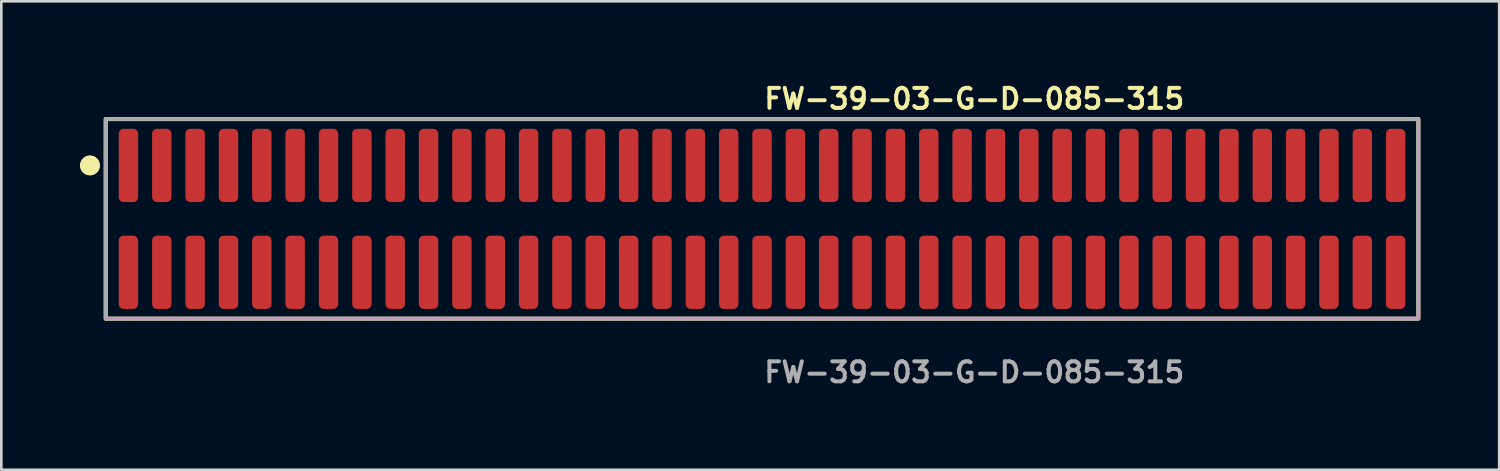
<source format=kicad_pcb>
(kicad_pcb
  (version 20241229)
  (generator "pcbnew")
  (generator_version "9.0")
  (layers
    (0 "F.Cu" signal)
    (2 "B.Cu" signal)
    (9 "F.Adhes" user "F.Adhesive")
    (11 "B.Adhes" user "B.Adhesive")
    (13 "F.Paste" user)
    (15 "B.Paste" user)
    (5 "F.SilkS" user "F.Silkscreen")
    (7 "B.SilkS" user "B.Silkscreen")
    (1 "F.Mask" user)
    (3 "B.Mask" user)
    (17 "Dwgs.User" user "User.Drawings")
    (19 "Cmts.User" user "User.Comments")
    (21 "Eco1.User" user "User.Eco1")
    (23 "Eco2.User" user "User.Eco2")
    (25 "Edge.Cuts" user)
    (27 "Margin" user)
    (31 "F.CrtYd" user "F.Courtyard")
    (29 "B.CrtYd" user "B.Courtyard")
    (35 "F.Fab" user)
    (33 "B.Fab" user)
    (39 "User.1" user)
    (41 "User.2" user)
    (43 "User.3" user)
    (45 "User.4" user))
  (footprint "FW-39-03-G-D-085-315"
    (layer "F.Cu")
    (at 25.971 5.285)
    (property "Reference" "FW-39-03-G-D-085-315" (at 0 -4.572 0) (unlocked yes) (layer "F.SilkS") (effects (font (size 0.762 0.762) (thickness 0.152)) (justify left)))
    (fp_rect (start -24.995 3.8) (end 24.995 -3.8) (stroke (width 0.152) (type solid)) (fill no) (layer "F.SilkS"))
    (fp_circle (center -25.595 -2.035) (end -25.895 -2.035) (stroke (width 0.152) (type solid)) (fill yes) (layer "F.SilkS"))
    (fp_circle (center -25.595 -2.035) (end -25.895 -2.035) (stroke (width 0.152) (type solid)) (fill yes) (layer "F.SilkS"))
    (fp_rect (start -24.995 3.8) (end 24.995 -3.8) (stroke (width 0.006) (type solid)) (fill no) (layer "F.CrtYd"))
    (fp_rect (start -24.995 3.8) (end 24.995 -3.8) (stroke (width 0.152) (type solid)) (fill no) (layer "F.Fab"))
    (fp_text user "${REFERENCE}" (at 0 5.842 0) (unlocked yes) (layer "F.Fab") (effects (font (size 0.762 0.762) (thickness 0.152)) (justify left)))
    (pad "1" smd roundrect (at -24.13 -2.035) (size 0.74 2.79) (layers "F.Cu" "F.Paste") (roundrect_rratio 0.25))
    (pad "2" smd roundrect (at -24.13 2.035) (size 0.74 2.79) (layers "F.Cu" "F.Paste") (roundrect_rratio 0.25))
    (pad "3" smd roundrect (at -22.86 -2.035) (size 0.74 2.79) (layers "F.Cu" "F.Paste") (roundrect_rratio 0.25))
    (pad "4" smd roundrect (at -22.86 2.035) (size 0.74 2.79) (layers "F.Cu" "F.Paste") (roundrect_rratio 0.25))
    (pad "5" smd roundrect (at -21.59 -2.035) (size 0.74 2.79) (layers "F.Cu" "F.Paste") (roundrect_rratio 0.25))
    (pad "6" smd roundrect (at -21.59 2.035) (size 0.74 2.79) (layers "F.Cu" "F.Paste") (roundrect_rratio 0.25))
    (pad "7" smd roundrect (at -20.32 -2.035) (size 0.74 2.79) (layers "F.Cu" "F.Paste") (roundrect_rratio 0.25))
    (pad "8" smd roundrect (at -20.32 2.035) (size 0.74 2.79) (layers "F.Cu" "F.Paste") (roundrect_rratio 0.25))
    (pad "9" smd roundrect (at -19.05 -2.035) (size 0.74 2.79) (layers "F.Cu" "F.Paste") (roundrect_rratio 0.25))
    (pad "10" smd roundrect (at -19.05 2.035) (size 0.74 2.79) (layers "F.Cu" "F.Paste") (roundrect_rratio 0.25))
    (pad "11" smd roundrect (at -17.78 -2.035) (size 0.74 2.79) (layers "F.Cu" "F.Paste") (roundrect_rratio 0.25))
    (pad "12" smd roundrect (at -17.78 2.035) (size 0.74 2.79) (layers "F.Cu" "F.Paste") (roundrect_rratio 0.25))
    (pad "13" smd roundrect (at -16.51 -2.035) (size 0.74 2.79) (layers "F.Cu" "F.Paste") (roundrect_rratio 0.25))
    (pad "14" smd roundrect (at -16.51 2.035) (size 0.74 2.79) (layers "F.Cu" "F.Paste") (roundrect_rratio 0.25))
    (pad "15" smd roundrect (at -15.24 -2.035) (size 0.74 2.79) (layers "F.Cu" "F.Paste") (roundrect_rratio 0.25))
    (pad "16" smd roundrect (at -15.24 2.035) (size 0.74 2.79) (layers "F.Cu" "F.Paste") (roundrect_rratio 0.25))
    (pad "17" smd roundrect (at -13.97 -2.035) (size 0.74 2.79) (layers "F.Cu" "F.Paste") (roundrect_rratio 0.25))
    (pad "18" smd roundrect (at -13.97 2.035) (size 0.74 2.79) (layers "F.Cu" "F.Paste") (roundrect_rratio 0.25))
    (pad "19" smd roundrect (at -12.7 -2.035) (size 0.74 2.79) (layers "F.Cu" "F.Paste") (roundrect_rratio 0.25))
    (pad "20" smd roundrect (at -12.7 2.035) (size 0.74 2.79) (layers "F.Cu" "F.Paste") (roundrect_rratio 0.25))
    (pad "21" smd roundrect (at -11.43 -2.035) (size 0.74 2.79) (layers "F.Cu" "F.Paste") (roundrect_rratio 0.25))
    (pad "22" smd roundrect (at -11.43 2.035) (size 0.74 2.79) (layers "F.Cu" "F.Paste") (roundrect_rratio 0.25))
    (pad "23" smd roundrect (at -10.16 -2.035) (size 0.74 2.79) (layers "F.Cu" "F.Paste") (roundrect_rratio 0.25))
    (pad "24" smd roundrect (at -10.16 2.035) (size 0.74 2.79) (layers "F.Cu" "F.Paste") (roundrect_rratio 0.25))
    (pad "25" smd roundrect (at -8.89 -2.035) (size 0.74 2.79) (layers "F.Cu" "F.Paste") (roundrect_rratio 0.25))
    (pad "26" smd roundrect (at -8.89 2.035) (size 0.74 2.79) (layers "F.Cu" "F.Paste") (roundrect_rratio 0.25))
    (pad "27" smd roundrect (at -7.62 -2.035) (size 0.74 2.79) (layers "F.Cu" "F.Paste") (roundrect_rratio 0.25))
    (pad "28" smd roundrect (at -7.62 2.035) (size 0.74 2.79) (layers "F.Cu" "F.Paste") (roundrect_rratio 0.25))
    (pad "29" smd roundrect (at -6.35 -2.035) (size 0.74 2.79) (layers "F.Cu" "F.Paste") (roundrect_rratio 0.25))
    (pad "30" smd roundrect (at -6.35 2.035) (size 0.74 2.79) (layers "F.Cu" "F.Paste") (roundrect_rratio 0.25))
    (pad "31" smd roundrect (at -5.08 -2.035) (size 0.74 2.79) (layers "F.Cu" "F.Paste") (roundrect_rratio 0.25))
    (pad "32" smd roundrect (at -5.08 2.035) (size 0.74 2.79) (layers "F.Cu" "F.Paste") (roundrect_rratio 0.25))
    (pad "33" smd roundrect (at -3.81 -2.035) (size 0.74 2.79) (layers "F.Cu" "F.Paste") (roundrect_rratio 0.25))
    (pad "34" smd roundrect (at -3.81 2.035) (size 0.74 2.79) (layers "F.Cu" "F.Paste") (roundrect_rratio 0.25))
    (pad "35" smd roundrect (at -2.54 -2.035) (size 0.74 2.79) (layers "F.Cu" "F.Paste") (roundrect_rratio 0.25))
    (pad "36" smd roundrect (at -2.54 2.035) (size 0.74 2.79) (layers "F.Cu" "F.Paste") (roundrect_rratio 0.25))
    (pad "37" smd roundrect (at -1.27 -2.035) (size 0.74 2.79) (layers "F.Cu" "F.Paste") (roundrect_rratio 0.25))
    (pad "38" smd roundrect (at -1.27 2.035) (size 0.74 2.79) (layers "F.Cu" "F.Paste") (roundrect_rratio 0.25))
    (pad "39" smd roundrect (at 0 -2.035) (size 0.74 2.79) (layers "F.Cu" "F.Paste") (roundrect_rratio 0.25))
    (pad "40" smd roundrect (at 0 2.035) (size 0.74 2.79) (layers "F.Cu" "F.Paste") (roundrect_rratio 0.25))
    (pad "41" smd roundrect (at 1.27 -2.035) (size 0.74 2.79) (layers "F.Cu" "F.Paste") (roundrect_rratio 0.25))
    (pad "42" smd roundrect (at 1.27 2.035) (size 0.74 2.79) (layers "F.Cu" "F.Paste") (roundrect_rratio 0.25))
    (pad "43" smd roundrect (at 2.54 -2.035) (size 0.74 2.79) (layers "F.Cu" "F.Paste") (roundrect_rratio 0.25))
    (pad "44" smd roundrect (at 2.54 2.035) (size 0.74 2.79) (layers "F.Cu" "F.Paste") (roundrect_rratio 0.25))
    (pad "45" smd roundrect (at 3.81 -2.035) (size 0.74 2.79) (layers "F.Cu" "F.Paste") (roundrect_rratio 0.25))
    (pad "46" smd roundrect (at 3.81 2.035) (size 0.74 2.79) (layers "F.Cu" "F.Paste") (roundrect_rratio 0.25))
    (pad "47" smd roundrect (at 5.08 -2.035) (size 0.74 2.79) (layers "F.Cu" "F.Paste") (roundrect_rratio 0.25))
    (pad "48" smd roundrect (at 5.08 2.035) (size 0.74 2.79) (layers "F.Cu" "F.Paste") (roundrect_rratio 0.25))
    (pad "49" smd roundrect (at 6.35 -2.035) (size 0.74 2.79) (layers "F.Cu" "F.Paste") (roundrect_rratio 0.25))
    (pad "50" smd roundrect (at 6.35 2.035) (size 0.74 2.79) (layers "F.Cu" "F.Paste") (roundrect_rratio 0.25))
    (pad "51" smd roundrect (at 7.62 -2.035) (size 0.74 2.79) (layers "F.Cu" "F.Paste") (roundrect_rratio 0.25))
    (pad "52" smd roundrect (at 7.62 2.035) (size 0.74 2.79) (layers "F.Cu" "F.Paste") (roundrect_rratio 0.25))
    (pad "53" smd roundrect (at 8.89 -2.035) (size 0.74 2.79) (layers "F.Cu" "F.Paste") (roundrect_rratio 0.25))
    (pad "54" smd roundrect (at 8.89 2.035) (size 0.74 2.79) (layers "F.Cu" "F.Paste") (roundrect_rratio 0.25))
    (pad "55" smd roundrect (at 10.16 -2.035) (size 0.74 2.79) (layers "F.Cu" "F.Paste") (roundrect_rratio 0.25))
    (pad "56" smd roundrect (at 10.16 2.035) (size 0.74 2.79) (layers "F.Cu" "F.Paste") (roundrect_rratio 0.25))
    (pad "57" smd roundrect (at 11.43 -2.035) (size 0.74 2.79) (layers "F.Cu" "F.Paste") (roundrect_rratio 0.25))
    (pad "58" smd roundrect (at 11.43 2.035) (size 0.74 2.79) (layers "F.Cu" "F.Paste") (roundrect_rratio 0.25))
    (pad "59" smd roundrect (at 12.7 -2.035) (size 0.74 2.79) (layers "F.Cu" "F.Paste") (roundrect_rratio 0.25))
    (pad "60" smd roundrect (at 12.7 2.035) (size 0.74 2.79) (layers "F.Cu" "F.Paste") (roundrect_rratio 0.25))
    (pad "61" smd roundrect (at 13.97 -2.035) (size 0.74 2.79) (layers "F.Cu" "F.Paste") (roundrect_rratio 0.25))
    (pad "62" smd roundrect (at 13.97 2.035) (size 0.74 2.79) (layers "F.Cu" "F.Paste") (roundrect_rratio 0.25))
    (pad "63" smd roundrect (at 15.24 -2.035) (size 0.74 2.79) (layers "F.Cu" "F.Paste") (roundrect_rratio 0.25))
    (pad "64" smd roundrect (at 15.24 2.035) (size 0.74 2.79) (layers "F.Cu" "F.Paste") (roundrect_rratio 0.25))
    (pad "65" smd roundrect (at 16.51 -2.035) (size 0.74 2.79) (layers "F.Cu" "F.Paste") (roundrect_rratio 0.25))
    (pad "66" smd roundrect (at 16.51 2.035) (size 0.74 2.79) (layers "F.Cu" "F.Paste") (roundrect_rratio 0.25))
    (pad "67" smd roundrect (at 17.78 -2.035) (size 0.74 2.79) (layers "F.Cu" "F.Paste") (roundrect_rratio 0.25))
    (pad "68" smd roundrect (at 17.78 2.035) (size 0.74 2.79) (layers "F.Cu" "F.Paste") (roundrect_rratio 0.25))
    (pad "69" smd roundrect (at 19.05 -2.035) (size 0.74 2.79) (layers "F.Cu" "F.Paste") (roundrect_rratio 0.25))
    (pad "70" smd roundrect (at 19.05 2.035) (size 0.74 2.79) (layers "F.Cu" "F.Paste") (roundrect_rratio 0.25))
    (pad "71" smd roundrect (at 20.32 -2.035) (size 0.74 2.79) (layers "F.Cu" "F.Paste") (roundrect_rratio 0.25))
    (pad "72" smd roundrect (at 20.32 2.035) (size 0.74 2.79) (layers "F.Cu" "F.Paste") (roundrect_rratio 0.25))
    (pad "73" smd roundrect (at 21.59 -2.035) (size 0.74 2.79) (layers "F.Cu" "F.Paste") (roundrect_rratio 0.25))
    (pad "74" smd roundrect (at 21.59 2.035) (size 0.74 2.79) (layers "F.Cu" "F.Paste") (roundrect_rratio 0.25))
    (pad "75" smd roundrect (at 22.86 -2.035) (size 0.74 2.79) (layers "F.Cu" "F.Paste") (roundrect_rratio 0.25))
    (pad "76" smd roundrect (at 22.86 2.035) (size 0.74 2.79) (layers "F.Cu" "F.Paste") (roundrect_rratio 0.25))
    (pad "77" smd roundrect (at 24.13 -2.035) (size 0.74 2.79) (layers "F.Cu" "F.Paste") (roundrect_rratio 0.25))
    (pad "78" smd roundrect (at 24.13 2.035) (size 0.74 2.79) (layers "F.Cu" "F.Paste") (roundrect_rratio 0.25)))
  (gr_rect
    (start -3 -3)
    (end 54.042 14.84)
    (stroke (width 0.1) (type default))
    (fill no)
    (layer "Edge.Cuts")))
</source>
